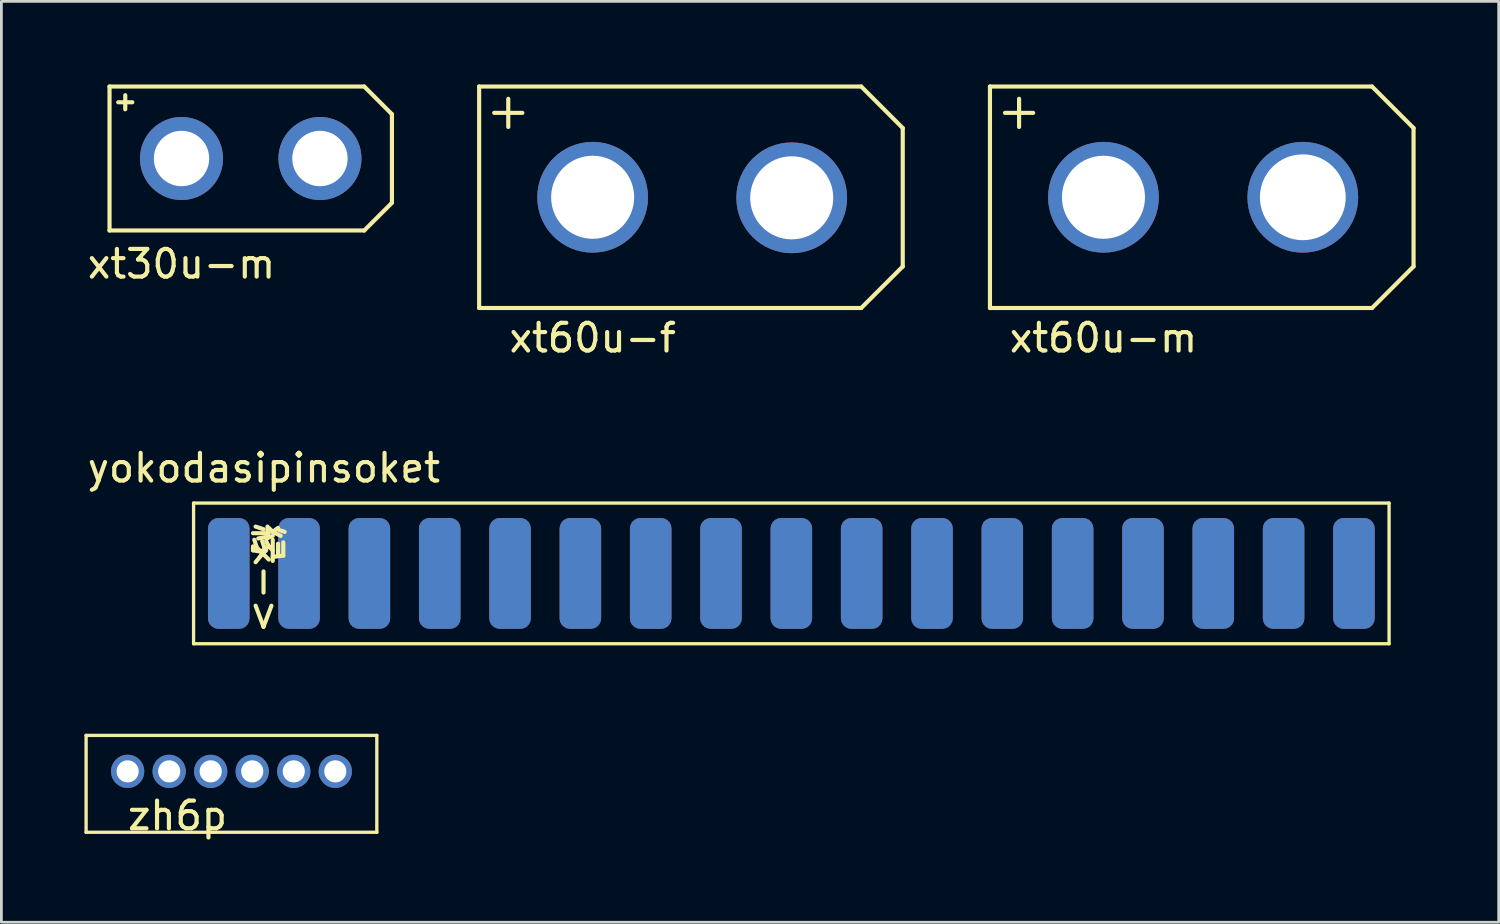
<source format=kicad_pcb>
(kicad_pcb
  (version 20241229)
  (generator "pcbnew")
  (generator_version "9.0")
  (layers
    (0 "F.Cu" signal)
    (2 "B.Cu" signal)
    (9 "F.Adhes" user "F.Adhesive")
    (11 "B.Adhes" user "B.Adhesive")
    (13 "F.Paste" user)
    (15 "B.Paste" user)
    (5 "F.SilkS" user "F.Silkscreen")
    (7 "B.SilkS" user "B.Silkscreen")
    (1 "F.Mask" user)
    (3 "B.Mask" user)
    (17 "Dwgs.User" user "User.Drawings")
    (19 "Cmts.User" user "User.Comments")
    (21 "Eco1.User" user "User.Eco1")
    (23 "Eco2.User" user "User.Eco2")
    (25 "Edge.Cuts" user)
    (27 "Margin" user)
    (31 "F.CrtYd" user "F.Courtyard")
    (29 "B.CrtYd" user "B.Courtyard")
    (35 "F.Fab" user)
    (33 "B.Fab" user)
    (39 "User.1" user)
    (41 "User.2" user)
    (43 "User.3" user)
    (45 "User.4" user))
  (footprint "xt60u-f"
    (layer "F.Cu")
    (at 18.356 4.075)
    (property "Reference" "xt60u-f" (at 0 5.08 0) (layer "F.SilkS") (effects (font (size 1 1) (thickness 0.15))))
    (attr through_hole)
    (fp_line (start -4.1 -4) (end 9.7 -4) (stroke (width 0.15) (type solid)) (layer "F.SilkS"))
    (fp_line (start -4.1 4) (end -4.1 -4) (stroke (width 0.15) (type solid)) (layer "F.SilkS"))
    (fp_line (start -3.556 -3.048) (end -2.54 -3.048) (stroke (width 0.15) (type solid)) (layer "F.SilkS"))
    (fp_line (start -3.048 -3.556) (end -3.048 -2.54) (stroke (width 0.15) (type solid)) (layer "F.SilkS"))
    (fp_line (start 9.7 -4) (end 11.2 -2.5) (stroke (width 0.15) (type solid)) (layer "F.SilkS"))
    (fp_line (start 9.7 4) (end -4.1 4) (stroke (width 0.15) (type solid)) (layer "F.SilkS"))
    (fp_line (start 11.2 -2.5) (end 11.2 2.5) (stroke (width 0.15) (type solid)) (layer "F.SilkS"))
    (fp_line (start 11.2 2.5) (end 9.7 4) (stroke (width 0.15) (type solid)) (layer "F.SilkS"))
    (pad "1" thru_hole circle (at 0 0) (size 4 4) (drill 3) (layers "*.Cu" "*.Mask"))
    (pad "2" thru_hole circle (at 7.19 0.02) (size 4 4) (drill 3) (layers "*.Cu" "*.Mask")))
  (footprint "xt60u-m"
    (layer "F.Cu")
    (at 36.806 4.075)
    (property "Reference" "xt60u-m" (at 0 5.08 0) (layer "F.SilkS") (effects (font (size 1 1) (thickness 0.15))))
    (attr through_hole)
    (fp_line (start -4.1 -4) (end 9.7 -4) (stroke (width 0.15) (type solid)) (layer "F.SilkS"))
    (fp_line (start -4.1 4) (end -4.1 -4) (stroke (width 0.15) (type solid)) (layer "F.SilkS"))
    (fp_line (start -3.556 -3.048) (end -2.54 -3.048) (stroke (width 0.15) (type solid)) (layer "F.SilkS"))
    (fp_line (start -3.048 -3.556) (end -3.048 -2.54) (stroke (width 0.15) (type solid)) (layer "F.SilkS"))
    (fp_line (start 9.7 -4) (end 11.2 -2.5) (stroke (width 0.15) (type solid)) (layer "F.SilkS"))
    (fp_line (start 9.7 4) (end -4.1 4) (stroke (width 0.15) (type solid)) (layer "F.SilkS"))
    (fp_line (start 11.2 -2.5) (end 11.2 2.5) (stroke (width 0.15) (type solid)) (layer "F.SilkS"))
    (fp_line (start 11.2 2.5) (end 9.7 4) (stroke (width 0.15) (type solid)) (layer "F.SilkS"))
    (pad "1" thru_hole circle (at 0 0) (size 4 4) (drill 3) (layers "*.Cu" "*.Mask"))
    (pad "2" thru_hole circle (at 7.2 0) (size 4 4) (drill 3.1) (layers "*.Cu" "*.Mask")))
  (footprint "xt30u-m"
    (layer "F.Cu")
    (at 3.506 2.675)
    (property "Reference" "xt30u-m" (at 0 3.81 0) (layer "F.SilkS") (effects (font (size 1 1) (thickness 0.15))))
    (attr through_hole)
    (fp_line (start -2.6 -2.6) (end 6.6 -2.6) (stroke (width 0.15) (type solid)) (layer "F.SilkS"))
    (fp_line (start -2.6 2.6) (end -2.6 -2.6) (stroke (width 0.15) (type solid)) (layer "F.SilkS"))
    (fp_line (start -2.286 -2.032) (end -1.778 -2.032) (stroke (width 0.15) (type solid)) (layer "F.SilkS"))
    (fp_line (start -2.032 -2.286) (end -2.032 -1.778) (stroke (width 0.15) (type solid)) (layer "F.SilkS"))
    (fp_line (start 6.6 -2.6) (end 7.6 -1.6) (stroke (width 0.15) (type solid)) (layer "F.SilkS"))
    (fp_line (start 6.6 2.6) (end -2.6 2.6) (stroke (width 0.15) (type solid)) (layer "F.SilkS"))
    (fp_line (start 7.6 -1.6) (end 7.6 1.6) (stroke (width 0.15) (type solid)) (layer "F.SilkS"))
    (fp_line (start 7.6 1.6) (end 6.6 2.6) (stroke (width 0.15) (type solid)) (layer "F.SilkS"))
    (pad "1" thru_hole circle (at 0 0) (size 3 3) (drill 2) (layers "*.Cu" "*.Mask"))
    (pad "2" thru_hole circle (at 5 0) (size 3 3) (drill 2) (layers "*.Cu" "*.Mask")))
  (footprint "yokodasipinsoket"
    (layer "F.Cu")
    (at 3.942 20.201)
    (property "Reference" "yokodasipinsoket" (at 2.54 -6.35 0) (layer "F.SilkS") (effects (font (size 1 1) (thickness 0.15))))
    (attr through_hole)
    (fp_line (start 0 -5.08) (end 43.18 -5.08) (stroke (width 0.12) (type solid)) (layer "F.SilkS"))
    (fp_line (start 0 0) (end 0 -5.08) (stroke (width 0.12) (type solid)) (layer "F.SilkS"))
    (fp_line (start 43.18 -5.08) (end 43.18 0) (stroke (width 0.12) (type solid)) (layer "F.SilkS"))
    (fp_line (start 43.18 0) (end 0 0) (stroke (width 0.12) (type solid)) (layer "F.SilkS"))
    (fp_text user "縁->" (at 2.6 -2.35 270) (unlocked yes) (layer "F.SilkS") (effects (font (size 1 1) (thickness 0.15))))
    (pad "1" smd roundrect (at 1.27 -2.54) (size 1.5 4) (layers "F.Cu" "F.Mask" "F.Paste") (roundrect_rratio 0.25))
    (pad "2" smd roundrect (at 1.27 -2.54) (size 1.5 4) (layers "B.Cu" "B.Mask" "B.Paste") (roundrect_rratio 0.25))
    (pad "3" smd roundrect (at 3.81 -2.54) (size 1.5 4) (layers "F.Cu" "F.Mask" "F.Paste") (roundrect_rratio 0.25))
    (pad "4" smd roundrect (at 3.81 -2.54) (size 1.5 4) (layers "B.Cu" "B.Mask" "B.Paste") (roundrect_rratio 0.25))
    (pad "5" smd roundrect (at 6.35 -2.54) (size 1.5 4) (layers "F.Cu" "F.Mask" "F.Paste") (roundrect_rratio 0.25))
    (pad "6" smd roundrect (at 6.35 -2.54) (size 1.5 4) (layers "B.Cu" "B.Mask" "B.Paste") (roundrect_rratio 0.25))
    (pad "7" smd roundrect (at 8.89 -2.54) (size 1.5 4) (layers "F.Cu" "F.Mask" "F.Paste") (roundrect_rratio 0.25))
    (pad "8" smd roundrect (at 8.89 -2.54) (size 1.5 4) (layers "B.Cu" "B.Mask" "B.Paste") (roundrect_rratio 0.25))
    (pad "9" smd roundrect (at 11.43 -2.54) (size 1.5 4) (layers "F.Cu" "F.Mask" "F.Paste") (roundrect_rratio 0.25))
    (pad "10" smd roundrect (at 11.43 -2.54) (size 1.5 4) (layers "B.Cu" "B.Mask" "B.Paste") (roundrect_rratio 0.25))
    (pad "11" smd roundrect (at 13.97 -2.54) (size 1.5 4) (layers "F.Cu" "F.Mask" "F.Paste") (roundrect_rratio 0.25))
    (pad "12" smd roundrect (at 13.97 -2.54) (size 1.5 4) (layers "B.Cu" "B.Mask" "B.Paste") (roundrect_rratio 0.25))
    (pad "13" smd roundrect (at 16.51 -2.54) (size 1.5 4) (layers "F.Cu" "F.Mask" "F.Paste") (roundrect_rratio 0.25))
    (pad "14" smd roundrect (at 16.51 -2.54) (size 1.5 4) (layers "B.Cu" "B.Mask" "B.Paste") (roundrect_rratio 0.25))
    (pad "15" smd roundrect (at 19.05 -2.54) (size 1.5 4) (layers "F.Cu" "F.Mask" "F.Paste") (roundrect_rratio 0.25))
    (pad "16" smd roundrect (at 19.05 -2.54) (size 1.5 4) (layers "B.Cu" "B.Mask" "B.Paste") (roundrect_rratio 0.25))
    (pad "17" smd roundrect (at 21.59 -2.54) (size 1.5 4) (layers "F.Cu" "F.Mask" "F.Paste") (roundrect_rratio 0.25))
    (pad "18" smd roundrect (at 21.59 -2.54) (size 1.5 4) (layers "B.Cu" "B.Mask" "B.Paste") (roundrect_rratio 0.25))
    (pad "19" smd roundrect (at 24.13 -2.54) (size 1.5 4) (layers "F.Cu" "F.Mask" "F.Paste") (roundrect_rratio 0.25))
    (pad "20" smd roundrect (at 24.13 -2.54) (size 1.5 4) (layers "B.Cu" "B.Mask" "B.Paste") (roundrect_rratio 0.25))
    (pad "21" smd roundrect (at 26.67 -2.54) (size 1.5 4) (layers "F.Cu" "F.Mask" "F.Paste") (roundrect_rratio 0.25))
    (pad "22" smd roundrect (at 26.67 -2.54) (size 1.5 4) (layers "B.Cu" "B.Mask" "B.Paste") (roundrect_rratio 0.25))
    (pad "23" smd roundrect (at 29.21 -2.54) (size 1.5 4) (layers "F.Cu" "F.Mask" "F.Paste") (roundrect_rratio 0.25))
    (pad "24" smd roundrect (at 29.21 -2.54) (size 1.5 4) (layers "B.Cu" "B.Mask" "B.Paste") (roundrect_rratio 0.25))
    (pad "25" smd roundrect (at 31.75 -2.54) (size 1.5 4) (layers "F.Cu" "F.Mask" "F.Paste") (roundrect_rratio 0.25))
    (pad "26" smd roundrect (at 31.75 -2.54) (size 1.5 4) (layers "B.Cu" "B.Mask" "B.Paste") (roundrect_rratio 0.25))
    (pad "27" smd roundrect (at 34.29 -2.54) (size 1.5 4) (layers "F.Cu" "F.Mask" "F.Paste") (roundrect_rratio 0.25))
    (pad "28" smd roundrect (at 34.29 -2.54) (size 1.5 4) (layers "B.Cu" "B.Mask" "B.Paste") (roundrect_rratio 0.25))
    (pad "29" smd roundrect (at 36.83 -2.54) (size 1.5 4) (layers "F.Cu" "F.Mask" "F.Paste") (roundrect_rratio 0.25))
    (pad "30" smd roundrect (at 36.83 -2.54) (size 1.5 4) (layers "B.Cu" "B.Mask" "B.Paste") (roundrect_rratio 0.25))
    (pad "31" smd roundrect (at 39.37 -2.54) (size 1.5 4) (layers "F.Cu" "F.Mask" "F.Paste") (roundrect_rratio 0.25))
    (pad "32" smd roundrect (at 39.37 -2.54) (size 1.5 4) (layers "B.Cu" "B.Mask" "B.Paste") (roundrect_rratio 0.25))
    (pad "33" smd roundrect (at 41.91 -2.54) (size 1.5 4) (layers "F.Cu" "F.Mask" "F.Paste") (roundrect_rratio 0.25))
    (pad "34" smd roundrect (at 41.91 -2.54) (size 1.5 4) (layers "B.Cu" "B.Mask" "B.Paste") (roundrect_rratio 0.25)))
  (footprint "zh6p"
    (layer "F.Cu")
    (at 1.56 24.811)
    (property "Reference" "zh6p" (at 1.8 1.6 0) (layer "F.SilkS") (effects (font (size 1 1) (thickness 0.15))))
    (attr through_hole)
    (fp_line (start -1.5 -1.3) (end -1.5 2.2) (stroke (width 0.12) (type solid)) (layer "F.SilkS"))
    (fp_line (start 9 -1.3) (end -1.5 -1.3) (stroke (width 0.12) (type solid)) (layer "F.SilkS"))
    (fp_line (start 9 2.2) (end -1.5 2.2) (stroke (width 0.12) (type solid)) (layer "F.SilkS"))
    (fp_line (start 9 2.2) (end 9 -1.3) (stroke (width 0.12) (type solid)) (layer "F.SilkS"))
    (pad "1" thru_hole circle (at 0 0) (size 1.2 1.2) (drill 0.8) (layers "*.Cu" "*.Mask"))
    (pad "2" thru_hole circle (at 1.5 0) (size 1.2 1.2) (drill 0.8) (layers "*.Cu" "*.Mask"))
    (pad "3" thru_hole circle (at 3 0) (size 1.2 1.2) (drill 0.8) (layers "*.Cu" "*.Mask"))
    (pad "4" thru_hole circle (at 4.5 0) (size 1.2 1.2) (drill 0.8) (layers "*.Cu" "*.Mask"))
    (pad "5" thru_hole circle (at 6 0) (size 1.2 1.2) (drill 0.8) (layers "*.Cu" "*.Mask"))
    (pad "6" thru_hole circle (at 7.5 0) (size 1.2 1.2) (drill 0.8) (layers "*.Cu" "*.Mask")))
  (gr_rect
    (start -3 -3)
    (end 51.081 30.26)
    (stroke (width 0.1) (type default))
    (fill no)
    (layer "Edge.Cuts")))
</source>
